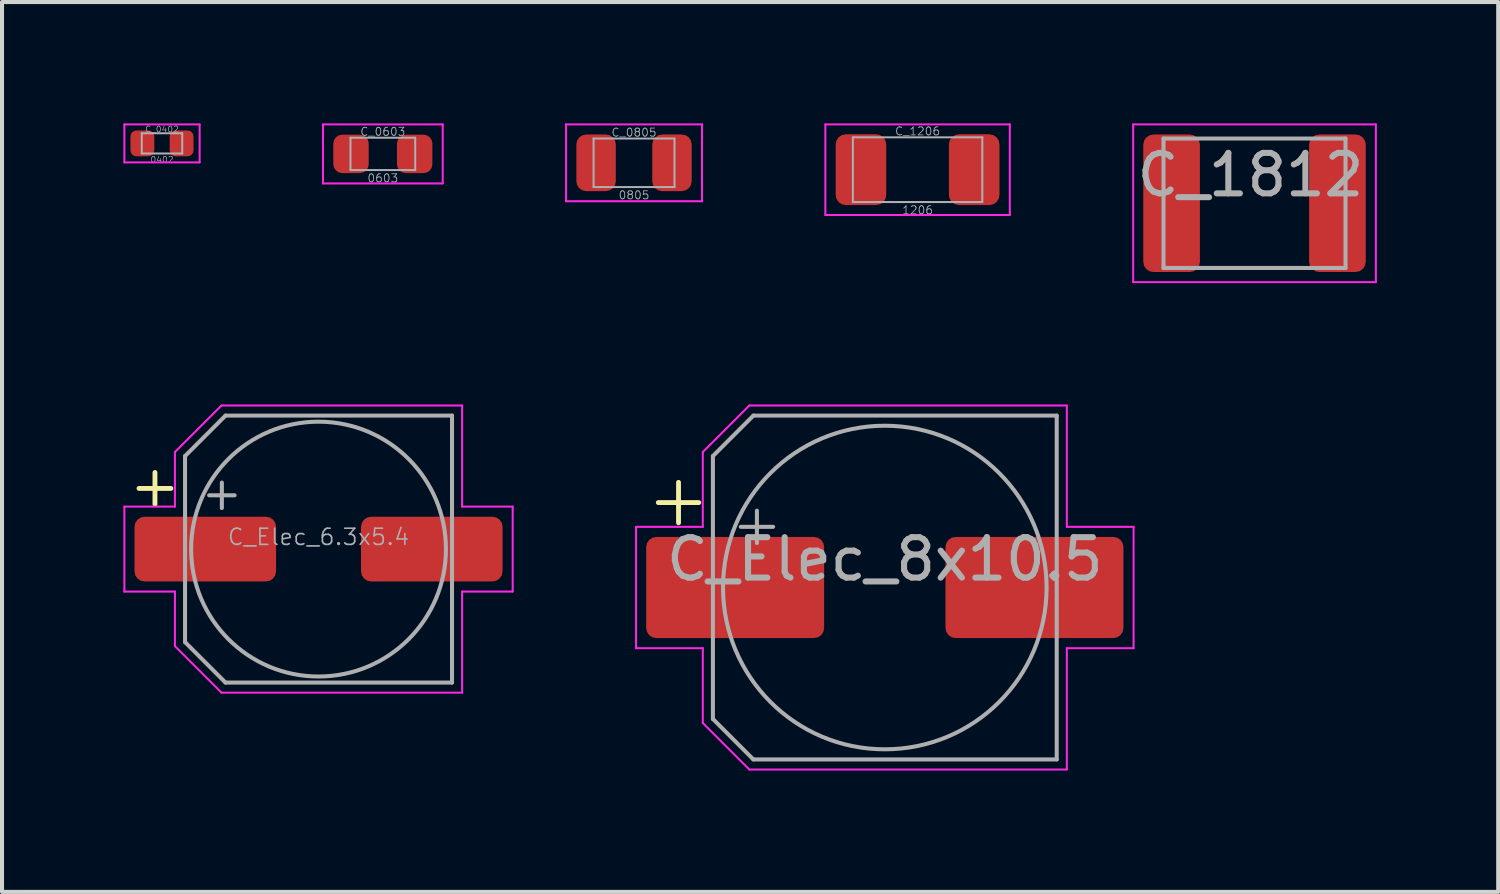
<source format=kicad_pcb>
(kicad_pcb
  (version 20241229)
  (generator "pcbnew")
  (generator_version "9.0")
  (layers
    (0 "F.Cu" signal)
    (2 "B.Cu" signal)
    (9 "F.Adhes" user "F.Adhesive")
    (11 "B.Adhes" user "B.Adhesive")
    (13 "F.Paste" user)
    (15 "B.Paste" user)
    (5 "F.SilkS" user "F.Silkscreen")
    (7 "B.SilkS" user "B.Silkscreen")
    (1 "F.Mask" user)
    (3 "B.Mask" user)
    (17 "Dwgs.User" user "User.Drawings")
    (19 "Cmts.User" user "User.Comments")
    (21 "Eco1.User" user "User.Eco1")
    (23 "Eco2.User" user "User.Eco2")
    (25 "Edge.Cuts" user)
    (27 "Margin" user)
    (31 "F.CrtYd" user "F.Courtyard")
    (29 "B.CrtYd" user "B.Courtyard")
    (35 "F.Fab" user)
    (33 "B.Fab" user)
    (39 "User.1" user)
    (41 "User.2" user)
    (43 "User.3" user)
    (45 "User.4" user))
  (footprint "C_0603"
    (layer "F.Cu")
    (at 6.415 0.755)
    (property "Reference" "C_0603" (at 0 -0.55 0) (layer "F.Fab") (effects (font (size 0.2 0.2) (thickness 0.02))))
    (attr smd)
    (fp_line (start -1.48 -0.73) (end 1.48 -0.73) (stroke (width 0.05) (type solid)) (layer "F.CrtYd"))
    (fp_line (start -1.48 0.73) (end -1.48 -0.73) (stroke (width 0.05) (type solid)) (layer "F.CrtYd"))
    (fp_line (start 1.48 -0.73) (end 1.48 0.73) (stroke (width 0.05) (type solid)) (layer "F.CrtYd"))
    (fp_line (start 1.48 0.73) (end -1.48 0.73) (stroke (width 0.05) (type solid)) (layer "F.CrtYd"))
    (fp_line (start -0.8 -0.4) (end 0.8 -0.4) (stroke (width 0.05) (type solid)) (layer "F.Fab"))
    (fp_line (start -0.8 0.4) (end -0.8 -0.4) (stroke (width 0.05) (type solid)) (layer "F.Fab"))
    (fp_line (start 0.8 -0.4) (end 0.8 0.4) (stroke (width 0.05) (type solid)) (layer "F.Fab"))
    (fp_line (start 0.8 0.4) (end -0.8 0.4) (stroke (width 0.05) (type solid)) (layer "F.Fab"))
    (fp_text user "0603" (at 0 0.6 0) (layer "F.Fab") (effects (font (size 0.2 0.2) (thickness 0.02))))
    (pad "1" smd roundrect (at -0.787 0) (size 0.875 0.95) (layers "F.Cu" "F.Mask" "F.Paste") (roundrect_rratio 0.25))
    (pad "2" smd roundrect (at 0.787 0) (size 0.875 0.95) (layers "F.Cu" "F.Mask" "F.Paste") (roundrect_rratio 0.25)))
  (footprint "C_0805"
    (layer "F.Cu")
    (at 12.625 0.975)
    (property "Reference" "C_0805" (at 0 -0.75 0) (layer "F.Fab") (effects (font (size 0.2 0.2) (thickness 0.02))))
    (attr smd)
    (fp_line (start -1.68 -0.95) (end 1.68 -0.95) (stroke (width 0.05) (type solid)) (layer "F.CrtYd"))
    (fp_line (start -1.68 0.95) (end -1.68 -0.95) (stroke (width 0.05) (type solid)) (layer "F.CrtYd"))
    (fp_line (start 1.68 -0.95) (end 1.68 0.95) (stroke (width 0.05) (type solid)) (layer "F.CrtYd"))
    (fp_line (start 1.68 0.95) (end -1.68 0.95) (stroke (width 0.05) (type solid)) (layer "F.CrtYd"))
    (fp_line (start -1 -0.6) (end 1 -0.6) (stroke (width 0.05) (type solid)) (layer "F.Fab"))
    (fp_line (start -1 0.6) (end -1 -0.6) (stroke (width 0.05) (type solid)) (layer "F.Fab"))
    (fp_line (start 1 -0.6) (end 1 0.6) (stroke (width 0.05) (type solid)) (layer "F.Fab"))
    (fp_line (start 1 0.6) (end -1 0.6) (stroke (width 0.05) (type solid)) (layer "F.Fab"))
    (fp_text user "0805" (at 0 0.8 0) (layer "F.Fab") (effects (font (size 0.2 0.2) (thickness 0.02))))
    (pad "1" smd roundrect (at -0.938 0) (size 0.975 1.4) (layers "F.Cu" "F.Mask" "F.Paste") (roundrect_rratio 0.25))
    (pad "2" smd roundrect (at 0.938 0) (size 0.975 1.4) (layers "F.Cu" "F.Mask" "F.Paste") (roundrect_rratio 0.25)))
  (footprint "C_0402"
    (layer "F.Cu")
    (at 0.955 0.495)
    (property "Reference" "C_0402" (at 0 -0.35 0) (layer "F.Fab") (effects (font (size 0.15 0.15) (thickness 0.015))))
    (attr smd)
    (fp_line (start -0.93 -0.47) (end 0.93 -0.47) (stroke (width 0.05) (type solid)) (layer "F.CrtYd"))
    (fp_line (start -0.93 0.47) (end -0.93 -0.47) (stroke (width 0.05) (type solid)) (layer "F.CrtYd"))
    (fp_line (start 0.93 -0.47) (end 0.93 0.47) (stroke (width 0.05) (type solid)) (layer "F.CrtYd"))
    (fp_line (start 0.93 0.47) (end -0.93 0.47) (stroke (width 0.05) (type solid)) (layer "F.CrtYd"))
    (fp_line (start -0.5 -0.25) (end 0.5 -0.25) (stroke (width 0.05) (type solid)) (layer "F.Fab"))
    (fp_line (start -0.5 0.25) (end -0.5 -0.25) (stroke (width 0.05) (type solid)) (layer "F.Fab"))
    (fp_line (start 0.5 -0.25) (end 0.5 0.25) (stroke (width 0.05) (type solid)) (layer "F.Fab"))
    (fp_line (start 0.5 0.25) (end -0.5 0.25) (stroke (width 0.05) (type solid)) (layer "F.Fab"))
    (fp_text user "0402" (at 0 0.4 0) (layer "F.Fab") (effects (font (size 0.15 0.15) (thickness 0.015))))
    (pad "1" smd roundrect (at -0.485 0) (size 0.59 0.64) (layers "F.Cu" "F.Mask" "F.Paste") (roundrect_rratio 0.25))
    (pad "2" smd roundrect (at 0.485 0) (size 0.59 0.64) (layers "F.Cu" "F.Mask" "F.Paste") (roundrect_rratio 0.25)))
  (footprint "C_Elec_6.3x5.4"
    (layer "F.Cu")
    (at 4.825 10.525)
    (property "Reference" "C_Elec_6.3x5.4" (at 0 -0.3 0) (layer "F.Fab") (effects (font (size 0.4 0.4) (thickness 0.04))))
    (attr smd)
    (fp_line (start -4.438 -1.5) (end -3.65 -1.5) (stroke (width 0.12) (type solid)) (layer "F.SilkS"))
    (fp_line (start -4.044 -1.894) (end -4.044 -1.106) (stroke (width 0.12) (type solid)) (layer "F.SilkS"))
    (fp_line (start -4.8 -1.05) (end -4.8 1.05) (stroke (width 0.05) (type solid)) (layer "F.CrtYd"))
    (fp_line (start -4.8 1.05) (end -3.55 1.05) (stroke (width 0.05) (type solid)) (layer "F.CrtYd"))
    (fp_line (start -3.55 -2.4) (end -3.55 -1.05) (stroke (width 0.05) (type solid)) (layer "F.CrtYd"))
    (fp_line (start -3.55 -2.4) (end -2.4 -3.55) (stroke (width 0.05) (type solid)) (layer "F.CrtYd"))
    (fp_line (start -3.55 -1.05) (end -4.8 -1.05) (stroke (width 0.05) (type solid)) (layer "F.CrtYd"))
    (fp_line (start -3.55 1.05) (end -3.55 2.4) (stroke (width 0.05) (type solid)) (layer "F.CrtYd"))
    (fp_line (start -3.55 2.4) (end -2.4 3.55) (stroke (width 0.05) (type solid)) (layer "F.CrtYd"))
    (fp_line (start -2.4 -3.55) (end 3.55 -3.55) (stroke (width 0.05) (type solid)) (layer "F.CrtYd"))
    (fp_line (start -2.4 3.55) (end 3.55 3.55) (stroke (width 0.05) (type solid)) (layer "F.CrtYd"))
    (fp_line (start 3.55 -3.55) (end 3.55 -1.05) (stroke (width 0.05) (type solid)) (layer "F.CrtYd"))
    (fp_line (start 3.55 -1.05) (end 4.8 -1.05) (stroke (width 0.05) (type solid)) (layer "F.CrtYd"))
    (fp_line (start 3.55 1.05) (end 3.55 3.55) (stroke (width 0.05) (type solid)) (layer "F.CrtYd"))
    (fp_line (start 4.8 -1.05) (end 4.8 1.05) (stroke (width 0.05) (type solid)) (layer "F.CrtYd"))
    (fp_line (start 4.8 1.05) (end 3.55 1.05) (stroke (width 0.05) (type solid)) (layer "F.CrtYd"))
    (fp_line (start -3.3 -2.3) (end -3.3 2.3) (stroke (width 0.1) (type solid)) (layer "F.Fab"))
    (fp_line (start -3.3 -2.3) (end -2.3 -3.3) (stroke (width 0.1) (type solid)) (layer "F.Fab"))
    (fp_line (start -3.3 2.3) (end -2.3 3.3) (stroke (width 0.1) (type solid)) (layer "F.Fab"))
    (fp_line (start -2.705 -1.33) (end -2.075 -1.33) (stroke (width 0.1) (type solid)) (layer "F.Fab"))
    (fp_line (start -2.39 -1.645) (end -2.39 -1.015) (stroke (width 0.1) (type solid)) (layer "F.Fab"))
    (fp_line (start -2.3 -3.3) (end 3.3 -3.3) (stroke (width 0.1) (type solid)) (layer "F.Fab"))
    (fp_line (start -2.3 3.3) (end 3.3 3.3) (stroke (width 0.1) (type solid)) (layer "F.Fab"))
    (fp_line (start 3.3 -3.3) (end 3.3 3.3) (stroke (width 0.1) (type solid)) (layer "F.Fab"))
    (fp_circle (center 0 0) (end 3.15 0) (stroke (width 0.1) (type solid)) (fill no) (layer "F.Fab"))
    (pad "1" smd roundrect (at -2.8 0) (size 3.5 1.6) (layers "F.Cu" "F.Mask" "F.Paste") (roundrect_rratio 0.156))
    (pad "2" smd roundrect (at 2.8 0) (size 3.5 1.6) (layers "F.Cu" "F.Mask" "F.Paste") (roundrect_rratio 0.156)))
  (footprint "C_1206"
    (layer "F.Cu")
    (at 19.635 1.145)
    (property "Reference" "C_1206" (at 0 -0.95 0) (layer "F.Fab") (effects (font (size 0.2 0.2) (thickness 0.02))))
    (attr smd)
    (fp_line (start -2.28 -1.12) (end 2.28 -1.12) (stroke (width 0.05) (type solid)) (layer "F.CrtYd"))
    (fp_line (start -2.28 1.12) (end -2.28 -1.12) (stroke (width 0.05) (type solid)) (layer "F.CrtYd"))
    (fp_line (start 2.28 -1.12) (end 2.28 1.12) (stroke (width 0.05) (type solid)) (layer "F.CrtYd"))
    (fp_line (start 2.28 1.12) (end -2.28 1.12) (stroke (width 0.05) (type solid)) (layer "F.CrtYd"))
    (fp_line (start -1.6 -0.8) (end 1.6 -0.8) (stroke (width 0.05) (type solid)) (layer "F.Fab"))
    (fp_line (start -1.6 0.8) (end -1.6 -0.8) (stroke (width 0.05) (type solid)) (layer "F.Fab"))
    (fp_line (start 1.6 -0.8) (end 1.6 0.8) (stroke (width 0.05) (type solid)) (layer "F.Fab"))
    (fp_line (start 1.6 0.8) (end -1.6 0.8) (stroke (width 0.05) (type solid)) (layer "F.Fab"))
    (fp_text user "1206" (at 0 1 0) (layer "F.Fab") (effects (font (size 0.2 0.2) (thickness 0.02))))
    (pad "1" smd roundrect (at -1.4 0) (size 1.25 1.75) (layers "F.Cu" "F.Mask" "F.Paste") (roundrect_rratio 0.2))
    (pad "2" smd roundrect (at 1.4 0) (size 1.25 1.75) (layers "F.Cu" "F.Mask" "F.Paste") (roundrect_rratio 0.2)))
  (footprint "C_1812"
    (layer "F.Cu")
    (at 27.965 1.975)
    (property "Reference" "C_1812" (at -0.1 -0.7 0) (layer "F.Fab") (effects (font (size 1 1) (thickness 0.15))))
    (attr smd)
    (fp_line (start -3 -1.95) (end 3 -1.95) (stroke (width 0.05) (type solid)) (layer "F.CrtYd"))
    (fp_line (start -3 1.95) (end -3 -1.95) (stroke (width 0.05) (type solid)) (layer "F.CrtYd"))
    (fp_line (start 3 -1.95) (end 3 1.95) (stroke (width 0.05) (type solid)) (layer "F.CrtYd"))
    (fp_line (start 3 1.95) (end -3 1.95) (stroke (width 0.05) (type solid)) (layer "F.CrtYd"))
    (fp_line (start -2.25 -1.6) (end 2.25 -1.6) (stroke (width 0.1) (type solid)) (layer "F.Fab"))
    (fp_line (start -2.25 1.6) (end -2.25 -1.6) (stroke (width 0.1) (type solid)) (layer "F.Fab"))
    (fp_line (start 2.25 -1.6) (end 2.25 1.6) (stroke (width 0.1) (type solid)) (layer "F.Fab"))
    (fp_line (start 2.25 1.6) (end -2.25 1.6) (stroke (width 0.1) (type solid)) (layer "F.Fab"))
    (pad "1" smd roundrect (at -2.05 0) (size 1.4 3.4) (layers "F.Cu" "F.Mask" "F.Paste") (roundrect_rratio 0.179))
    (pad "2" smd roundrect (at 2.05 0) (size 1.4 3.4) (layers "F.Cu" "F.Mask" "F.Paste") (roundrect_rratio 0.179)))
  (footprint "C_Elec_8x10.5"
    (layer "F.Cu")
    (at 18.825 11.475)
    (property "Reference" "C_Elec_8x10.5" (at 0 -0.7 0) (layer "F.Fab") (effects (font (size 1 1) (thickness 0.15))))
    (attr smd)
    (fp_line (start -5.6 -2.1) (end -4.6 -2.1) (stroke (width 0.12) (type solid)) (layer "F.SilkS"))
    (fp_line (start -5.1 -2.6) (end -5.1 -1.6) (stroke (width 0.12) (type solid)) (layer "F.SilkS"))
    (fp_line (start -6.15 -1.5) (end -6.15 1.5) (stroke (width 0.05) (type solid)) (layer "F.CrtYd"))
    (fp_line (start -6.15 1.5) (end -4.5 1.5) (stroke (width 0.05) (type solid)) (layer "F.CrtYd"))
    (fp_line (start -4.5 -3.35) (end -4.5 -1.5) (stroke (width 0.05) (type solid)) (layer "F.CrtYd"))
    (fp_line (start -4.5 -3.35) (end -3.35 -4.5) (stroke (width 0.05) (type solid)) (layer "F.CrtYd"))
    (fp_line (start -4.5 -1.5) (end -6.15 -1.5) (stroke (width 0.05) (type solid)) (layer "F.CrtYd"))
    (fp_line (start -4.5 1.5) (end -4.5 3.35) (stroke (width 0.05) (type solid)) (layer "F.CrtYd"))
    (fp_line (start -4.5 3.35) (end -3.35 4.5) (stroke (width 0.05) (type solid)) (layer "F.CrtYd"))
    (fp_line (start -3.35 -4.5) (end 4.5 -4.5) (stroke (width 0.05) (type solid)) (layer "F.CrtYd"))
    (fp_line (start -3.35 4.5) (end 4.5 4.5) (stroke (width 0.05) (type solid)) (layer "F.CrtYd"))
    (fp_line (start 4.5 -4.5) (end 4.5 -1.5) (stroke (width 0.05) (type solid)) (layer "F.CrtYd"))
    (fp_line (start 4.5 -1.5) (end 6.15 -1.5) (stroke (width 0.05) (type solid)) (layer "F.CrtYd"))
    (fp_line (start 4.5 1.5) (end 4.5 4.5) (stroke (width 0.05) (type solid)) (layer "F.CrtYd"))
    (fp_line (start 6.15 -1.5) (end 6.15 1.5) (stroke (width 0.05) (type solid)) (layer "F.CrtYd"))
    (fp_line (start 6.15 1.5) (end 4.5 1.5) (stroke (width 0.05) (type solid)) (layer "F.CrtYd"))
    (fp_line (start -4.25 -3.25) (end -4.25 3.25) (stroke (width 0.1) (type solid)) (layer "F.Fab"))
    (fp_line (start -4.25 -3.25) (end -3.25 -4.25) (stroke (width 0.1) (type solid)) (layer "F.Fab"))
    (fp_line (start -4.25 3.25) (end -3.25 4.25) (stroke (width 0.1) (type solid)) (layer "F.Fab"))
    (fp_line (start -3.562 -1.5) (end -2.762 -1.5) (stroke (width 0.1) (type solid)) (layer "F.Fab"))
    (fp_line (start -3.25 -4.25) (end 4.25 -4.25) (stroke (width 0.1) (type solid)) (layer "F.Fab"))
    (fp_line (start -3.25 4.25) (end 4.25 4.25) (stroke (width 0.1) (type solid)) (layer "F.Fab"))
    (fp_line (start -3.162 -1.9) (end -3.162 -1.1) (stroke (width 0.1) (type solid)) (layer "F.Fab"))
    (fp_line (start 4.25 -4.25) (end 4.25 4.25) (stroke (width 0.1) (type solid)) (layer "F.Fab"))
    (fp_circle (center 0 0) (end 4 0) (stroke (width 0.1) (type solid)) (fill no) (layer "F.Fab"))
    (pad "1" smd roundrect (at -3.7 0) (size 4.4 2.5) (layers "F.Cu" "F.Mask" "F.Paste") (roundrect_rratio 0.1))
    (pad "2" smd roundrect (at 3.7 0) (size 4.4 2.5) (layers "F.Cu" "F.Mask" "F.Paste") (roundrect_rratio 0.1)))
  (gr_rect
    (start -3 -3)
    (end 33.99 19)
    (stroke (width 0.1) (type default))
    (fill no)
    (layer "Edge.Cuts")))
</source>
